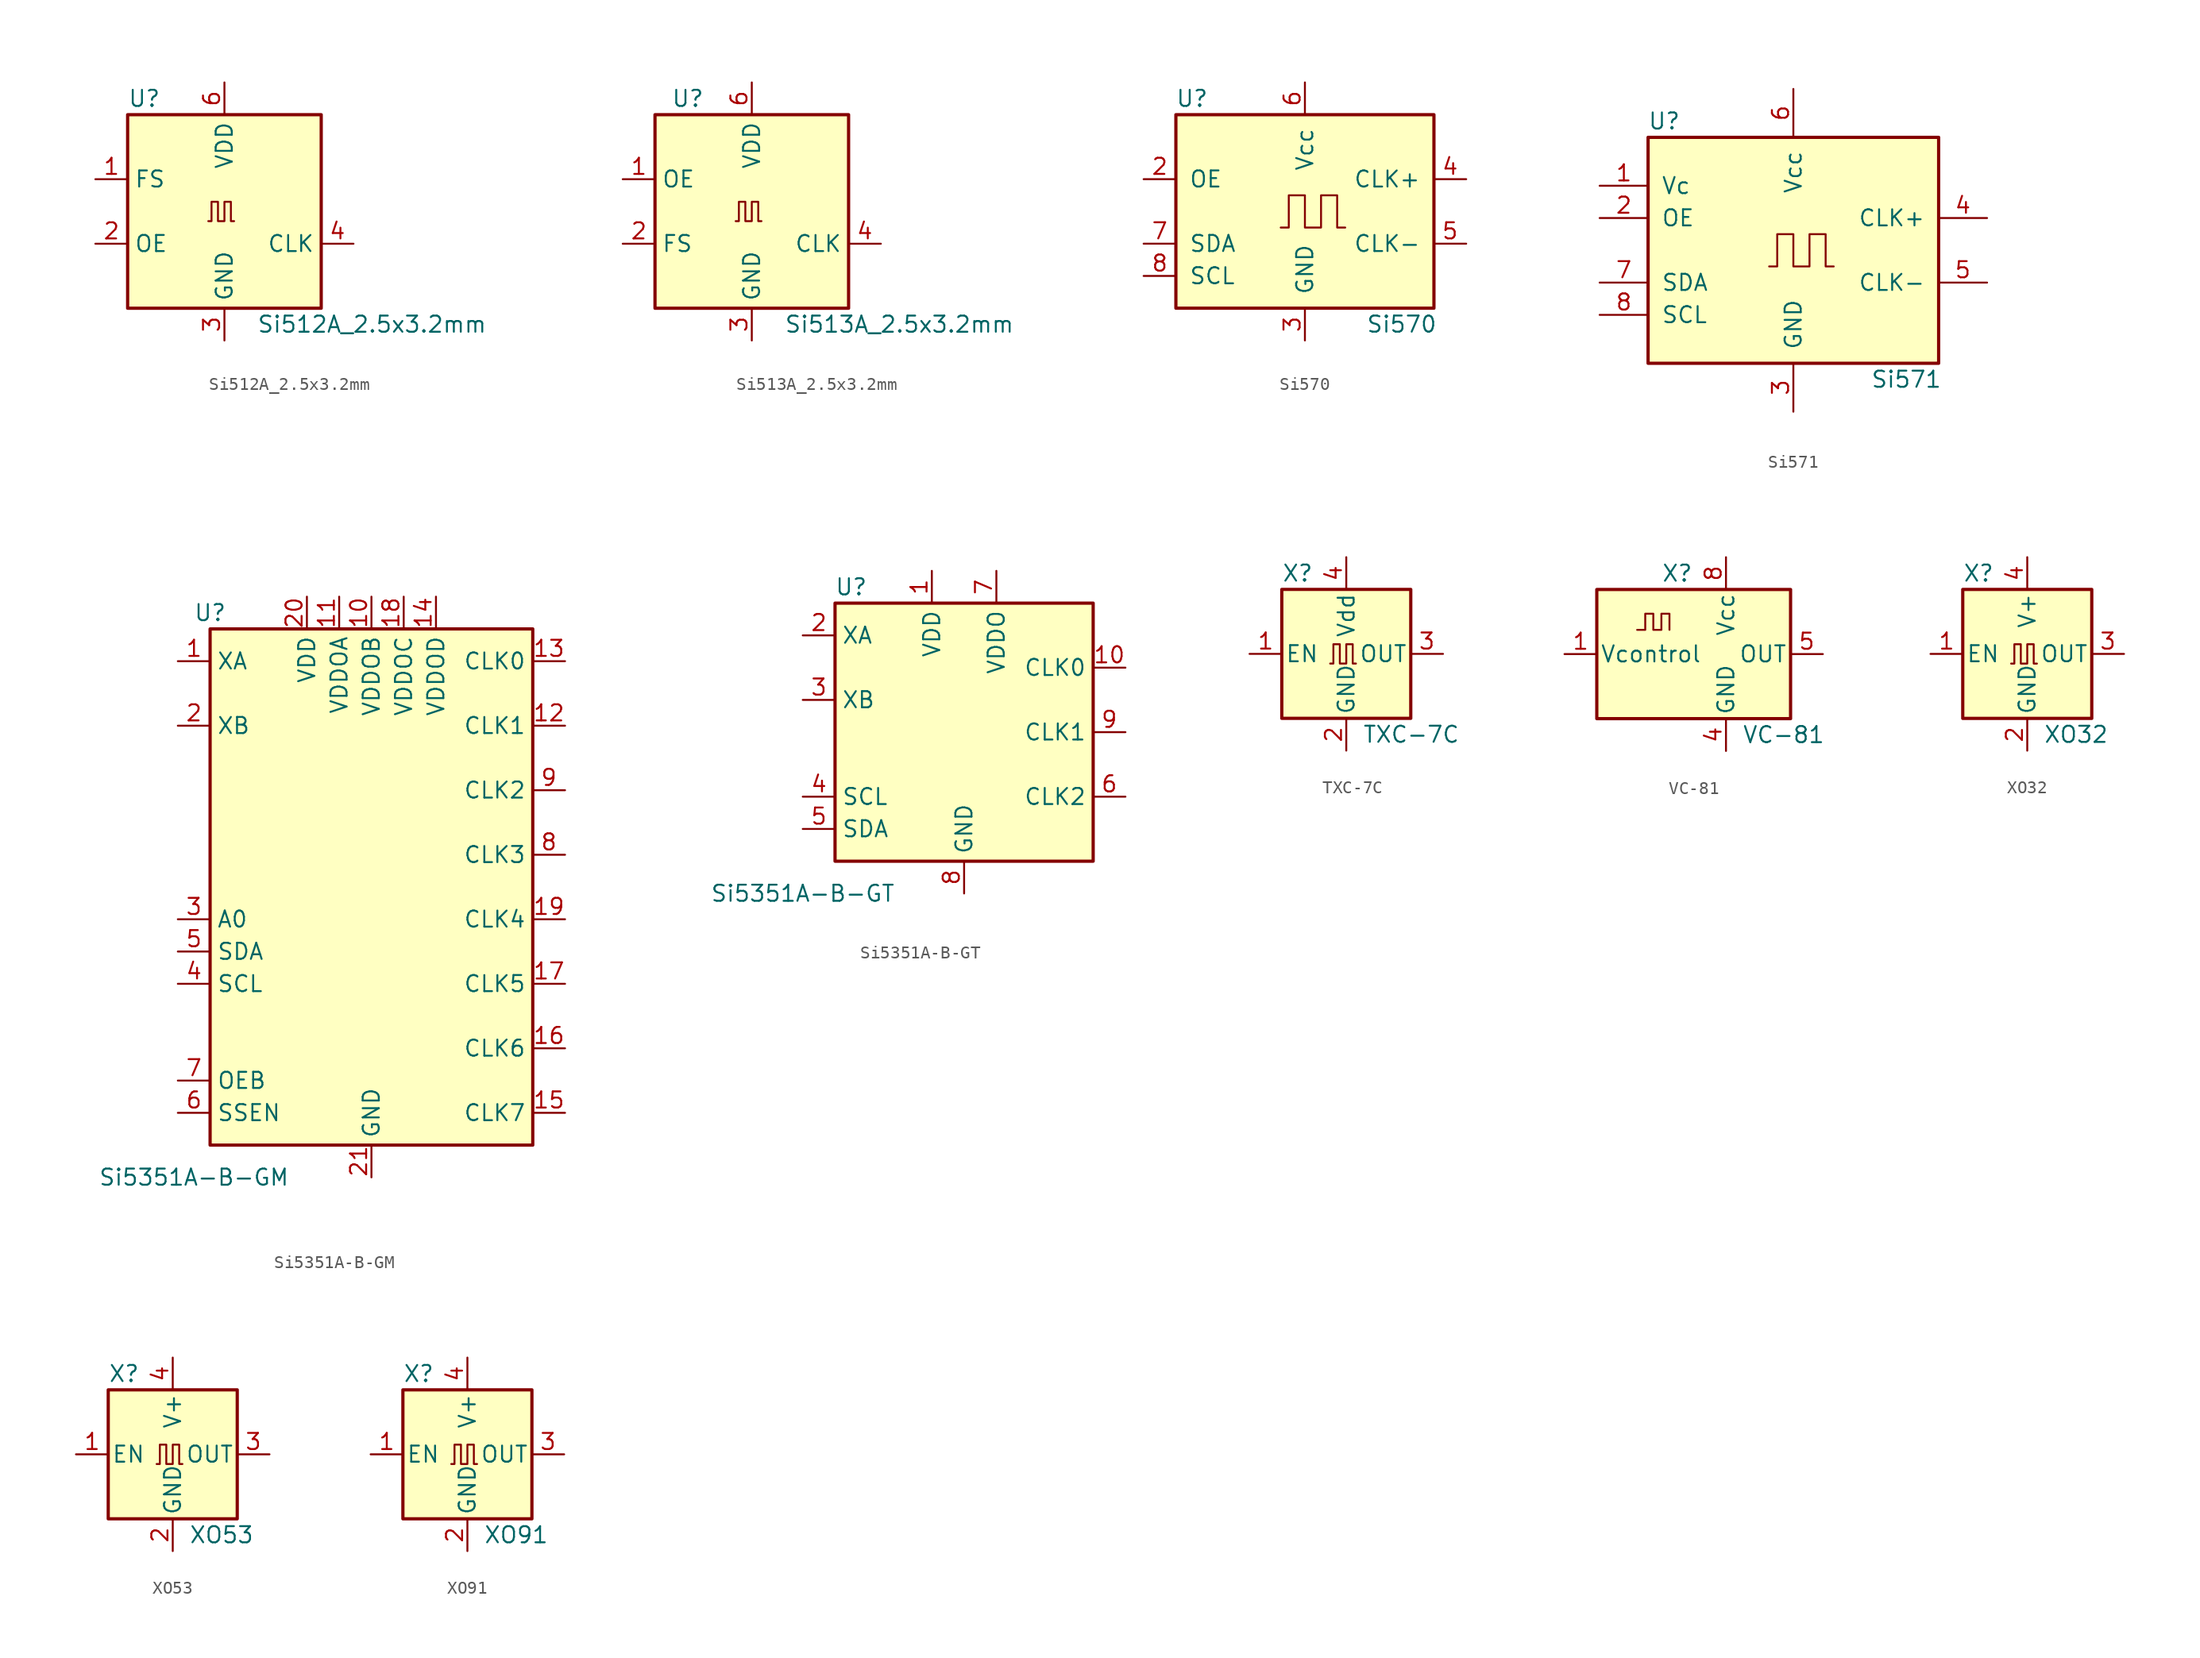
<source format=kicad_sym>
(kicad_symbol_lib
  (version 20201005)
  (generator kicad_symbol_editor)
  (symbol "Si512A_2.5x3.2mm"
    (property "Reference" "U"
      (at -7.62 8.89 0)
      (effects (font (size 1.27 1.27)) (justify left)))
    (property "Value" "Si512A_2.5x3.2mm"
      (at 2.54 -8.89 0)
      (effects (font (size 1.27 1.27)) (justify left)))
    (symbol "Si512A_2.5x3.2mm_0_1"
      (rectangle (start -7.62 7.62) (end 7.62 -7.62) (stroke (width 0.254)) (fill (type background)))
      (polyline (pts (xy -1.27 -0.762) (xy -1.016 -0.762) (xy -1.016 0.762) (xy -0.508 0.762) (xy -0.508 -0.762) (xy 0 -0.762) (xy 0 0.762) (xy 0.508 0.762) (xy 0.508 -0.762) (xy 0.762 -0.762)) (stroke (width 0)) (fill (type none))))
    (symbol "Si512A_2.5x3.2mm_1_1"
      (pin input line (at -10.16 2.54 0) (length 2.54) (name "FS" (effects (font (size 1.27 1.27)))) (number "1" (effects (font (size 1.27 1.27)))))
      (pin input line (at -10.16 -2.54 0) (length 2.54) (name "OE" (effects (font (size 1.27 1.27)))) (number "2" (effects (font (size 1.27 1.27)))))
      (pin power_in line (at 0 -10.16 90) (length 2.54) (name "GND" (effects (font (size 1.27 1.27)))) (number "3" (effects (font (size 1.27 1.27)))))
      (pin output line (at 10.16 -2.54 180) (length 2.54) (name "CLK" (effects (font (size 1.27 1.27)))) (number "4" (effects (font (size 1.27 1.27)))))
      (pin no_connect line (at 7.62 2.54 180) (length 2.54) hide (name "NC" (effects (font (size 1.27 1.27)))) (number "5" (effects (font (size 1.27 1.27)))))
      (pin power_in line (at 0 10.16 270) (length 2.54) (name "VDD" (effects (font (size 1.27 1.27)))) (number "6" (effects (font (size 1.27 1.27)))))))
  (symbol "Si513A_2.5x3.2mm"
    (property "Reference" "U"
      (at -6.35 8.89 0)
      (effects (font (size 1.27 1.27)) (justify left)))
    (property "Value" "Si513A_2.5x3.2mm"
      (at 2.54 -8.89 0)
      (effects (font (size 1.27 1.27)) (justify left)))
    (symbol "Si513A_2.5x3.2mm_0_1"
      (rectangle (start -7.62 7.62) (end 7.62 -7.62) (stroke (width 0.254)) (fill (type background)))
      (polyline (pts (xy -1.27 -0.762) (xy -1.016 -0.762) (xy -1.016 0.762) (xy -0.508 0.762) (xy -0.508 -0.762) (xy 0 -0.762) (xy 0 0.762) (xy 0.508 0.762) (xy 0.508 -0.762) (xy 0.762 -0.762)) (stroke (width 0)) (fill (type none))))
    (symbol "Si513A_2.5x3.2mm_1_1"
      (pin input line (at -10.16 2.54 0) (length 2.54) (name "OE" (effects (font (size 1.27 1.27)))) (number "1" (effects (font (size 1.27 1.27)))))
      (pin input line (at -10.16 -2.54 0) (length 2.54) (name "FS" (effects (font (size 1.27 1.27)))) (number "2" (effects (font (size 1.27 1.27)))))
      (pin power_in line (at 0 -10.16 90) (length 2.54) (name "GND" (effects (font (size 1.27 1.27)))) (number "3" (effects (font (size 1.27 1.27)))))
      (pin output line (at 10.16 -2.54 180) (length 2.54) (name "CLK" (effects (font (size 1.27 1.27)))) (number "4" (effects (font (size 1.27 1.27)))))
      (pin no_connect line (at 7.62 2.54 180) (length 2.54) hide (name "NC" (effects (font (size 1.27 1.27)))) (number "5" (effects (font (size 1.27 1.27)))))
      (pin power_in line (at 0 10.16 270) (length 2.54) (name "VDD" (effects (font (size 1.27 1.27)))) (number "6" (effects (font (size 1.27 1.27)))))))
  (symbol "Si570"
    (pin_names
      (offset 1.016))
    (property "Reference" "U"
      (at -8.89 8.89 0)
      (effects (font (size 1.27 1.27))))
    (property "Value" "Si570"
      (at 7.62 -8.89 0)
      (effects (font (size 1.27 1.27))))
    (symbol "Si570_0_1"
      (rectangle (start -10.16 7.62) (end 10.16 -7.62) (stroke (width 0.254)) (fill (type background)))
      (polyline (pts (xy -1.905 -1.27) (xy -1.27 -1.27) (xy -1.27 1.27) (xy 0 1.27) (xy 0 -1.27) (xy 1.27 -1.27) (xy 1.27 1.27) (xy 2.54 1.27) (xy 2.54 -1.27) (xy 3.175 -1.27)) (stroke (width 0)) (fill (type none))))
    (symbol "Si570_1_1"
      (pin no_connect line (at -10.16 5.08 0) (length 2.54) hide (name "NC" (effects (font (size 1.27 1.27)))) (number "1" (effects (font (size 1.27 1.27)))))
      (pin input line (at -12.7 2.54 0) (length 2.54) (name "OE" (effects (font (size 1.27 1.27)))) (number "2" (effects (font (size 1.27 1.27)))))
      (pin power_in line (at 0 -10.16 90) (length 2.54) (name "GND" (effects (font (size 1.27 1.27)))) (number "3" (effects (font (size 1.27 1.27)))))
      (pin output line (at 12.7 2.54 180) (length 2.54) (name "CLK+" (effects (font (size 1.27 1.27)))) (number "4" (effects (font (size 1.27 1.27)))))
      (pin output line (at 12.7 -2.54 180) (length 2.54) (name "CLK-" (effects (font (size 1.27 1.27)))) (number "5" (effects (font (size 1.27 1.27)))))
      (pin power_in line (at 0 10.16 270) (length 2.54) (name "Vcc" (effects (font (size 1.27 1.27)))) (number "6" (effects (font (size 1.27 1.27)))))
      (pin bidirectional line (at -12.7 -2.54 0) (length 2.54) (name "SDA" (effects (font (size 1.27 1.27)))) (number "7" (effects (font (size 1.27 1.27)))))
      (pin input line (at -12.7 -5.08 0) (length 2.54) (name "SCL" (effects (font (size 1.27 1.27)))) (number "8" (effects (font (size 1.27 1.27)))))))
  (symbol "Si571"
    (pin_names
      (offset 1.016))
    (property "Reference" "U"
      (at -10.16 10.16 0)
      (effects (font (size 1.27 1.27))))
    (property "Value" "Si571"
      (at 8.89 -10.16 0)
      (effects (font (size 1.27 1.27))))
    (symbol "Si571_0_1"
      (rectangle (start -11.43 8.89) (end 11.43 -8.89) (stroke (width 0.254)) (fill (type background)))
      (polyline (pts (xy -1.905 -1.27) (xy -1.27 -1.27) (xy -1.27 1.27) (xy 0 1.27) (xy 0 -1.27) (xy 1.27 -1.27) (xy 1.27 1.27) (xy 2.54 1.27) (xy 2.54 -1.27) (xy 3.175 -1.27)) (stroke (width 0)) (fill (type none))))
    (symbol "Si571_1_1"
      (pin input line (at -15.24 5.08 0) (length 3.81) (name "Vc" (effects (font (size 1.27 1.27)))) (number "1" (effects (font (size 1.27 1.27)))))
      (pin input line (at -15.24 2.54 0) (length 3.81) (name "OE" (effects (font (size 1.27 1.27)))) (number "2" (effects (font (size 1.27 1.27)))))
      (pin power_in line (at 0 -12.7 90) (length 3.81) (name "GND" (effects (font (size 1.27 1.27)))) (number "3" (effects (font (size 1.27 1.27)))))
      (pin output line (at 15.24 2.54 180) (length 3.81) (name "CLK+" (effects (font (size 1.27 1.27)))) (number "4" (effects (font (size 1.27 1.27)))))
      (pin output line (at 15.24 -2.54 180) (length 3.81) (name "CLK-" (effects (font (size 1.27 1.27)))) (number "5" (effects (font (size 1.27 1.27)))))
      (pin power_in line (at 0 12.7 270) (length 3.81) (name "Vcc" (effects (font (size 1.27 1.27)))) (number "6" (effects (font (size 1.27 1.27)))))
      (pin bidirectional line (at -15.24 -2.54 0) (length 3.81) (name "SDA" (effects (font (size 1.27 1.27)))) (number "7" (effects (font (size 1.27 1.27)))))
      (pin input line (at -15.24 -5.08 0) (length 3.81) (name "SCL" (effects (font (size 1.27 1.27)))) (number "8" (effects (font (size 1.27 1.27)))))))
  (symbol "Si5351A-B-GM"
    (property "Reference" "U"
      (at -12.7 21.59 0)
      (effects (font (size 1.27 1.27))))
    (property "Value" "Si5351A-B-GM"
      (at -13.97 -22.86 0)
      (effects (font (size 1.27 1.27))))
    (symbol "Si5351A-B-GM_1_1"
      (rectangle (start -12.7 20.32) (end 12.7 -20.32) (stroke (width 0.254)) (fill (type background)))
      (pin input line (at -15.24 17.78 0) (length 2.54) (name "XA" (effects (font (size 1.27 1.27)))) (number "1" (effects (font (size 1.27 1.27)))))
      (pin power_in line (at 0 22.86 270) (length 2.54) (name "VDDOB" (effects (font (size 1.27 1.27)))) (number "10" (effects (font (size 1.27 1.27)))))
      (pin power_in line (at -2.54 22.86 270) (length 2.54) (name "VDDOA" (effects (font (size 1.27 1.27)))) (number "11" (effects (font (size 1.27 1.27)))))
      (pin output line (at 15.24 12.7 180) (length 2.54) (name "CLK1" (effects (font (size 1.27 1.27)))) (number "12" (effects (font (size 1.27 1.27)))))
      (pin output line (at 15.24 17.78 180) (length 2.54) (name "CLK0" (effects (font (size 1.27 1.27)))) (number "13" (effects (font (size 1.27 1.27)))))
      (pin power_in line (at 5.08 22.86 270) (length 2.54) (name "VDDOD" (effects (font (size 1.27 1.27)))) (number "14" (effects (font (size 1.27 1.27)))))
      (pin output line (at 15.24 -17.78 180) (length 2.54) (name "CLK7" (effects (font (size 1.27 1.27)))) (number "15" (effects (font (size 1.27 1.27)))))
      (pin output line (at 15.24 -12.7 180) (length 2.54) (name "CLK6" (effects (font (size 1.27 1.27)))) (number "16" (effects (font (size 1.27 1.27)))))
      (pin output line (at 15.24 -7.62 180) (length 2.54) (name "CLK5" (effects (font (size 1.27 1.27)))) (number "17" (effects (font (size 1.27 1.27)))))
      (pin power_in line (at 2.54 22.86 270) (length 2.54) (name "VDDOC" (effects (font (size 1.27 1.27)))) (number "18" (effects (font (size 1.27 1.27)))))
      (pin output line (at 15.24 -2.54 180) (length 2.54) (name "CLK4" (effects (font (size 1.27 1.27)))) (number "19" (effects (font (size 1.27 1.27)))))
      (pin input line (at -15.24 12.7 0) (length 2.54) (name "XB" (effects (font (size 1.27 1.27)))) (number "2" (effects (font (size 1.27 1.27)))))
      (pin power_in line (at -5.08 22.86 270) (length 2.54) (name "VDD" (effects (font (size 1.27 1.27)))) (number "20" (effects (font (size 1.27 1.27)))))
      (pin power_in line (at 0 -22.86 90) (length 2.54) (name "GND" (effects (font (size 1.27 1.27)))) (number "21" (effects (font (size 1.27 1.27)))))
      (pin input line (at -15.24 -2.54 0) (length 2.54) (name "A0" (effects (font (size 1.27 1.27)))) (number "3" (effects (font (size 1.27 1.27)))))
      (pin input line (at -15.24 -7.62 0) (length 2.54) (name "SCL" (effects (font (size 1.27 1.27)))) (number "4" (effects (font (size 1.27 1.27)))))
      (pin bidirectional line (at -15.24 -5.08 0) (length 2.54) (name "SDA" (effects (font (size 1.27 1.27)))) (number "5" (effects (font (size 1.27 1.27)))))
      (pin input line (at -15.24 -17.78 0) (length 2.54) (name "SSEN" (effects (font (size 1.27 1.27)))) (number "6" (effects (font (size 1.27 1.27)))))
      (pin input line (at -15.24 -15.24 0) (length 2.54) (name "OEB" (effects (font (size 1.27 1.27)))) (number "7" (effects (font (size 1.27 1.27)))))
      (pin output line (at 15.24 2.54 180) (length 2.54) (name "CLK3" (effects (font (size 1.27 1.27)))) (number "8" (effects (font (size 1.27 1.27)))))
      (pin output line (at 15.24 7.62 180) (length 2.54) (name "CLK2" (effects (font (size 1.27 1.27)))) (number "9" (effects (font (size 1.27 1.27)))))))
  (symbol "Si5351A-B-GT"
    (property "Reference" "U"
      (at -8.89 11.43 0)
      (effects (font (size 1.27 1.27))))
    (property "Value" "Si5351A-B-GT"
      (at -12.7 -12.7 0)
      (effects (font (size 1.27 1.27))))
    (symbol "Si5351A-B-GT_0_1"
      (rectangle (start -10.16 10.16) (end 10.16 -10.16) (stroke (width 0.254)) (fill (type background))))
    (symbol "Si5351A-B-GT_1_1"
      (pin power_in line (at -2.54 12.7 270) (length 2.54) (name "VDD" (effects (font (size 1.27 1.27)))) (number "1" (effects (font (size 1.27 1.27)))))
      (pin output line (at 12.7 5.08 180) (length 2.54) (name "CLK0" (effects (font (size 1.27 1.27)))) (number "10" (effects (font (size 1.27 1.27)))))
      (pin input line (at -12.7 7.62 0) (length 2.54) (name "XA" (effects (font (size 1.27 1.27)))) (number "2" (effects (font (size 1.27 1.27)))))
      (pin input line (at -12.7 2.54 0) (length 2.54) (name "XB" (effects (font (size 1.27 1.27)))) (number "3" (effects (font (size 1.27 1.27)))))
      (pin input line (at -12.7 -5.08 0) (length 2.54) (name "SCL" (effects (font (size 1.27 1.27)))) (number "4" (effects (font (size 1.27 1.27)))))
      (pin bidirectional line (at -12.7 -7.62 0) (length 2.54) (name "SDA" (effects (font (size 1.27 1.27)))) (number "5" (effects (font (size 1.27 1.27)))))
      (pin output line (at 12.7 -5.08 180) (length 2.54) (name "CLK2" (effects (font (size 1.27 1.27)))) (number "6" (effects (font (size 1.27 1.27)))))
      (pin power_in line (at 2.54 12.7 270) (length 2.54) (name "VDDO" (effects (font (size 1.27 1.27)))) (number "7" (effects (font (size 1.27 1.27)))))
      (pin power_in line (at 0 -12.7 90) (length 2.54) (name "GND" (effects (font (size 1.27 1.27)))) (number "8" (effects (font (size 1.27 1.27)))))
      (pin output line (at 12.7 0 180) (length 2.54) (name "CLK1" (effects (font (size 1.27 1.27)))) (number "9" (effects (font (size 1.27 1.27)))))))
  (symbol "TXC-7C"
    (pin_names
      (offset 0.254))
    (property "Reference" "X"
      (at -5.08 6.35 0)
      (effects (font (size 1.27 1.27)) (justify left)))
    (property "Value" "TXC-7C"
      (at 1.27 -6.35 0)
      (effects (font (size 1.27 1.27)) (justify left)))
    (symbol "TXC-7C_0_1"
      (rectangle (start -5.08 5.08) (end 5.08 -5.08) (stroke (width 0.254)) (fill (type background)))
      (polyline (pts (xy -1.27 -0.762) (xy -1.016 -0.762) (xy -1.016 0.762) (xy -0.508 0.762) (xy -0.508 -0.762) (xy 0 -0.762) (xy 0 0.762) (xy 0.508 0.762) (xy 0.508 -0.762) (xy 0.762 -0.762)) (stroke (width 0)) (fill (type none))))
    (symbol "TXC-7C_1_1"
      (pin input line (at -7.62 0 0) (length 2.54) (name "EN" (effects (font (size 1.27 1.27)))) (number "1" (effects (font (size 1.27 1.27)))))
      (pin power_in line (at 0 -7.62 90) (length 2.54) (name "GND" (effects (font (size 1.27 1.27)))) (number "2" (effects (font (size 1.27 1.27)))))
      (pin output line (at 7.62 0 180) (length 2.54) (name "OUT" (effects (font (size 1.27 1.27)))) (number "3" (effects (font (size 1.27 1.27)))))
      (pin power_in line (at 0 7.62 270) (length 2.54) (name "Vdd" (effects (font (size 1.27 1.27)))) (number "4" (effects (font (size 1.27 1.27)))))))
  (symbol "VC-81"
    (pin_names
      (offset 0.254))
    (property "Reference" "X"
      (at -5.08 6.35 0)
      (effects (font (size 1.27 1.27)) (justify left)))
    (property "Value" "VC-81"
      (at 1.27 -6.35 0)
      (effects (font (size 1.27 1.27)) (justify left)))
    (symbol "VC-81_0_1"
      (rectangle (start -10.16 5.08) (end 5.08 -5.08) (stroke (width 0.254)) (fill (type background)))
      (polyline (pts (xy -6.985 1.905) (xy -6.35 1.905) (xy -6.35 3.175) (xy -5.715 3.175) (xy -5.715 1.905) (xy -5.08 1.905) (xy -5.08 3.175) (xy -4.445 3.175) (xy -4.445 1.905)) (stroke (width 0)) (fill (type none))))
    (symbol "VC-81_1_1"
      (pin input line (at -12.7 0 0) (length 2.54) (name "Vcontrol" (effects (font (size 1.27 1.27)))) (number "1" (effects (font (size 1.27 1.27)))))
      (pin power_in line (at 0 -7.62 90) (length 2.54) (name "GND" (effects (font (size 1.27 1.27)))) (number "4" (effects (font (size 1.27 1.27)))))
      (pin output line (at 7.62 0 180) (length 2.54) (name "OUT" (effects (font (size 1.27 1.27)))) (number "5" (effects (font (size 1.27 1.27)))))
      (pin power_in line (at 0 7.62 270) (length 2.54) (name "Vcc" (effects (font (size 1.27 1.27)))) (number "8" (effects (font (size 1.27 1.27)))))))
  (symbol "XO32"
    (pin_names
      (offset 0.254))
    (property "Reference" "X"
      (at -5.08 6.35 0)
      (effects (font (size 1.27 1.27)) (justify left)))
    (property "Value" "XO32"
      (at 1.27 -6.35 0)
      (effects (font (size 1.27 1.27)) (justify left)))
    (symbol "XO32_0_1"
      (rectangle (start -5.08 5.08) (end 5.08 -5.08) (stroke (width 0.254)) (fill (type background)))
      (polyline (pts (xy -1.27 -0.762) (xy -1.016 -0.762) (xy -1.016 0.762) (xy -0.508 0.762) (xy -0.508 -0.762) (xy 0 -0.762) (xy 0 0.762) (xy 0.508 0.762) (xy 0.508 -0.762) (xy 0.762 -0.762)) (stroke (width 0)) (fill (type none))))
    (symbol "XO32_1_1"
      (pin input line (at -7.62 0 0) (length 2.54) (name "EN" (effects (font (size 1.27 1.27)))) (number "1" (effects (font (size 1.27 1.27)))))
      (pin power_in line (at 0 -7.62 90) (length 2.54) (name "GND" (effects (font (size 1.27 1.27)))) (number "2" (effects (font (size 1.27 1.27)))))
      (pin output line (at 7.62 0 180) (length 2.54) (name "OUT" (effects (font (size 1.27 1.27)))) (number "3" (effects (font (size 1.27 1.27)))))
      (pin power_in line (at 0 7.62 270) (length 2.54) (name "V+" (effects (font (size 1.27 1.27)))) (number "4" (effects (font (size 1.27 1.27)))))))
  (symbol "XO53"
    (pin_names
      (offset 0.254))
    (property "Reference" "X"
      (at -5.08 6.35 0)
      (effects (font (size 1.27 1.27)) (justify left)))
    (property "Value" "XO53"
      (at 1.27 -6.35 0)
      (effects (font (size 1.27 1.27)) (justify left)))
    (symbol "XO53_0_1"
      (rectangle (start -5.08 5.08) (end 5.08 -5.08) (stroke (width 0.254)) (fill (type background)))
      (polyline (pts (xy 0.762 -0.762) (xy 0.508 -0.762) (xy 0.508 0.762) (xy 0 0.762) (xy 0 -0.762) (xy -0.508 -0.762) (xy -0.508 0.762) (xy -1.016 0.762) (xy -1.016 -0.762) (xy -1.27 -0.762)) (stroke (width 0)) (fill (type none))))
    (symbol "XO53_1_1"
      (pin input line (at -7.62 0 0) (length 2.54) (name "EN" (effects (font (size 1.27 1.27)))) (number "1" (effects (font (size 1.27 1.27)))))
      (pin power_in line (at 0 -7.62 90) (length 2.54) (name "GND" (effects (font (size 1.27 1.27)))) (number "2" (effects (font (size 1.27 1.27)))))
      (pin output line (at 7.62 0 180) (length 2.54) (name "OUT" (effects (font (size 1.27 1.27)))) (number "3" (effects (font (size 1.27 1.27)))))
      (pin power_in line (at 0 7.62 270) (length 2.54) (name "V+" (effects (font (size 1.27 1.27)))) (number "4" (effects (font (size 1.27 1.27)))))))
  (symbol "XO91"
    (pin_names
      (offset 0.254))
    (property "Reference" "X"
      (at -5.08 6.35 0)
      (effects (font (size 1.27 1.27)) (justify left)))
    (property "Value" "XO91"
      (at 1.27 -6.35 0)
      (effects (font (size 1.27 1.27)) (justify left)))
    (symbol "XO91_0_1"
      (rectangle (start -5.08 5.08) (end 5.08 -5.08) (stroke (width 0.254)) (fill (type background)))
      (polyline (pts (xy 0.762 -0.762) (xy 0.508 -0.762) (xy 0.508 0.762) (xy 0 0.762) (xy 0 -0.762) (xy -0.508 -0.762) (xy -0.508 0.762) (xy -1.016 0.762) (xy -1.016 -0.762) (xy -1.27 -0.762)) (stroke (width 0)) (fill (type none))))
    (symbol "XO91_1_1"
      (pin input line (at -7.62 0 0) (length 2.54) (name "EN" (effects (font (size 1.27 1.27)))) (number "1" (effects (font (size 1.27 1.27)))))
      (pin power_in line (at 0 -7.62 90) (length 2.54) (name "GND" (effects (font (size 1.27 1.27)))) (number "2" (effects (font (size 1.27 1.27)))))
      (pin output line (at 7.62 0 180) (length 2.54) (name "OUT" (effects (font (size 1.27 1.27)))) (number "3" (effects (font (size 1.27 1.27)))))
      (pin power_in line (at 0 7.62 270) (length 2.54) (name "V+" (effects (font (size 1.27 1.27)))) (number "4" (effects (font (size 1.27 1.27))))))))
</source>
